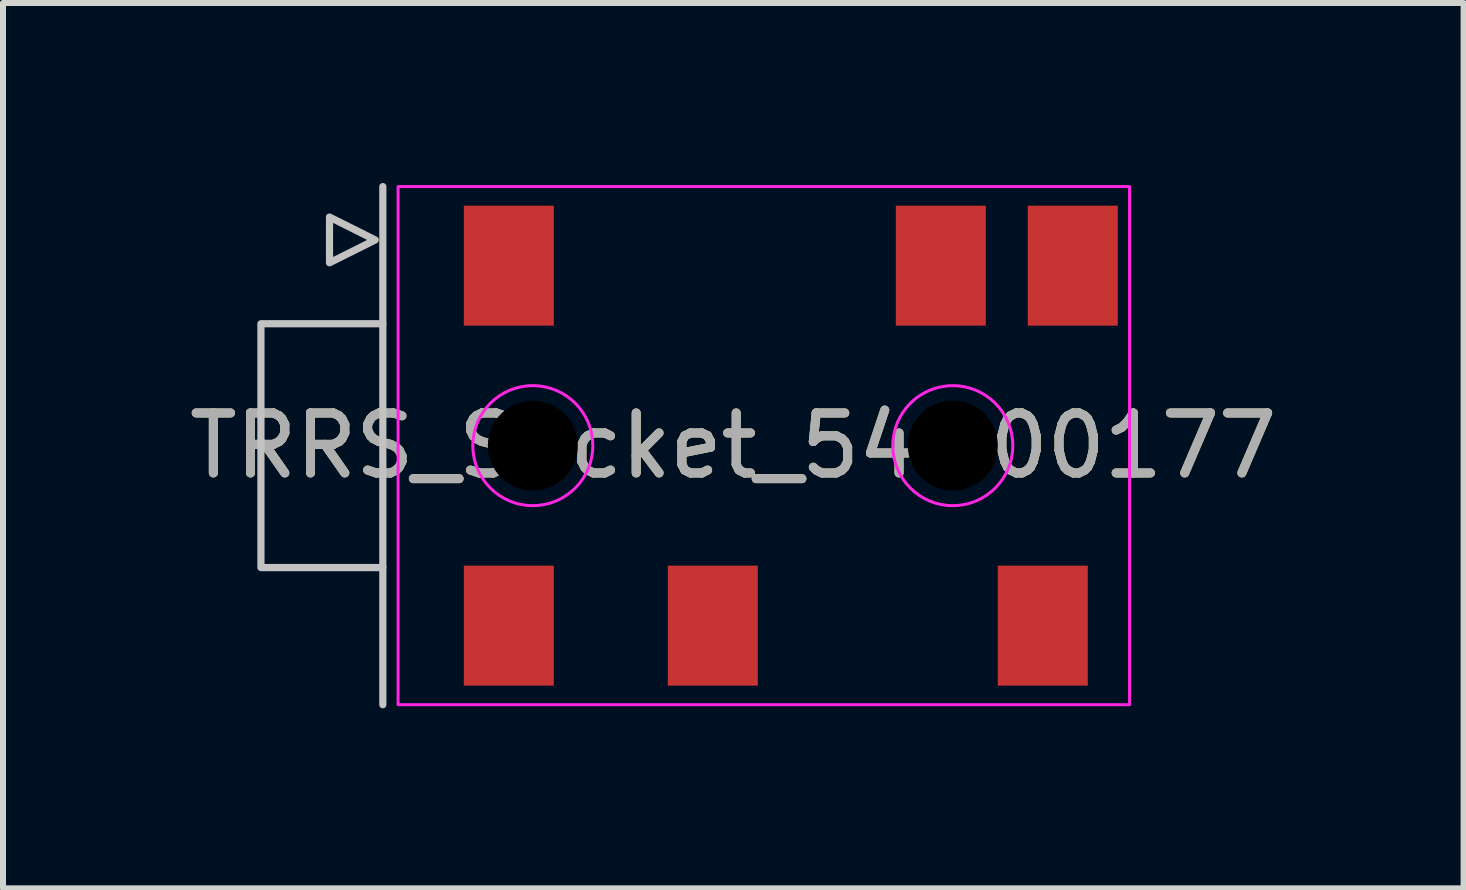
<source format=kicad_pcb>
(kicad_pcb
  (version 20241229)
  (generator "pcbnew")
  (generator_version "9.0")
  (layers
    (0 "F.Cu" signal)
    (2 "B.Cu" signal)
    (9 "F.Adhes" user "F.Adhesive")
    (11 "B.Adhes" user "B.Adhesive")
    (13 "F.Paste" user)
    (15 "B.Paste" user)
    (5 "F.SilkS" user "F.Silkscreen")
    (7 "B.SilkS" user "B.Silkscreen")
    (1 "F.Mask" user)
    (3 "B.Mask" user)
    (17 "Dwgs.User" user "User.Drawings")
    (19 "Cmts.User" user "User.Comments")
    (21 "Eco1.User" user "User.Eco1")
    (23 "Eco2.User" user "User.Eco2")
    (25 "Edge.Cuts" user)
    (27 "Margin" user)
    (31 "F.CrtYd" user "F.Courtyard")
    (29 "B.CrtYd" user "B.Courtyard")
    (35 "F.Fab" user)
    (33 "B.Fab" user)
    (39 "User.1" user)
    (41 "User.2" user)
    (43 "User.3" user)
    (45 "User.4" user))
  (footprint "TRRS_Socket_54-00177"
    (layer "F.Cu")
    (at 3.331 4.378)
    (property "Reference" "TRRS_Socket_54-00177" (at 5.842 0 0) (unlocked yes) (layer "F.SilkS") (effects (font (size 1 1) (thickness 0.15))))
    (fp_line (start 0 -4.318) (end 0 -2.032) (stroke (width 0.12) (type solid)) (layer "Dwgs.User"))
    (fp_line (start 0 4.318) (end 0 2.032) (stroke (width 0.12) (type solid)) (layer "Dwgs.User"))
    (fp_rect (start 0 -2.032) (end -2.032 2.032) (stroke (width 0.12) (type solid)) (fill no) (layer "Dwgs.User"))
    (fp_poly (pts (xy -0.127 -3.429) (xy -0.889 -3.048) (xy -0.889 -3.81)) (stroke (width 0.12) (type solid)) (fill no) (layer "Dwgs.User"))
    (fp_rect (start 0.254 -4.318) (end 12.446 4.318) (stroke (width 0.05) (type solid)) (fill no) (layer "F.CrtYd"))
    (fp_circle (center 2.5 0) (end 3.5 0) (stroke (width 0.05) (type solid)) (fill no) (layer "F.CrtYd"))
    (fp_circle (center 9.5 0) (end 10.5 0) (stroke (width 0.05) (type solid)) (fill no) (layer "F.CrtYd"))
    (fp_text user "${REFERENCE}" (at 5.842 0 0) (unlocked yes) (layer "F.Fab") (effects (font (size 1 1) (thickness 0.15))))
    (pad "" np_thru_hole circle (at 2.5 0) (size 1.7 1.7) (drill 1.5) (layers "*.Mask"))
    (pad "" np_thru_hole circle (at 9.5 0) (size 1.7 1.7) (drill 1.5) (layers "*.Mask"))
    (pad "5" smd rect (at 11.5 -3) (size 1.5 2) (layers "F.Cu" "F.Mask" "F.Paste"))
    (pad "6" smd rect (at 11 3) (size 1.5 2) (layers "F.Cu" "F.Mask" "F.Paste"))
    (pad "R1" smd rect (at 5.5 3) (size 1.5 2) (layers "F.Cu" "F.Mask" "F.Paste"))
    (pad "R2" smd rect (at 2.1 -3) (size 1.5 2) (layers "F.Cu" "F.Mask" "F.Paste"))
    (pad "S" smd rect (at 2.1 3) (size 1.5 2) (layers "F.Cu" "F.Mask" "F.Paste"))
    (pad "T" smd rect (at 9.3 -3) (size 1.5 2) (layers "F.Cu" "F.Mask" "F.Paste")))
  (gr_rect
    (start -3 -3)
    (end 21.345 11.756)
    (stroke (width 0.1) (type default))
    (fill no)
    (layer "Edge.Cuts")))
</source>
